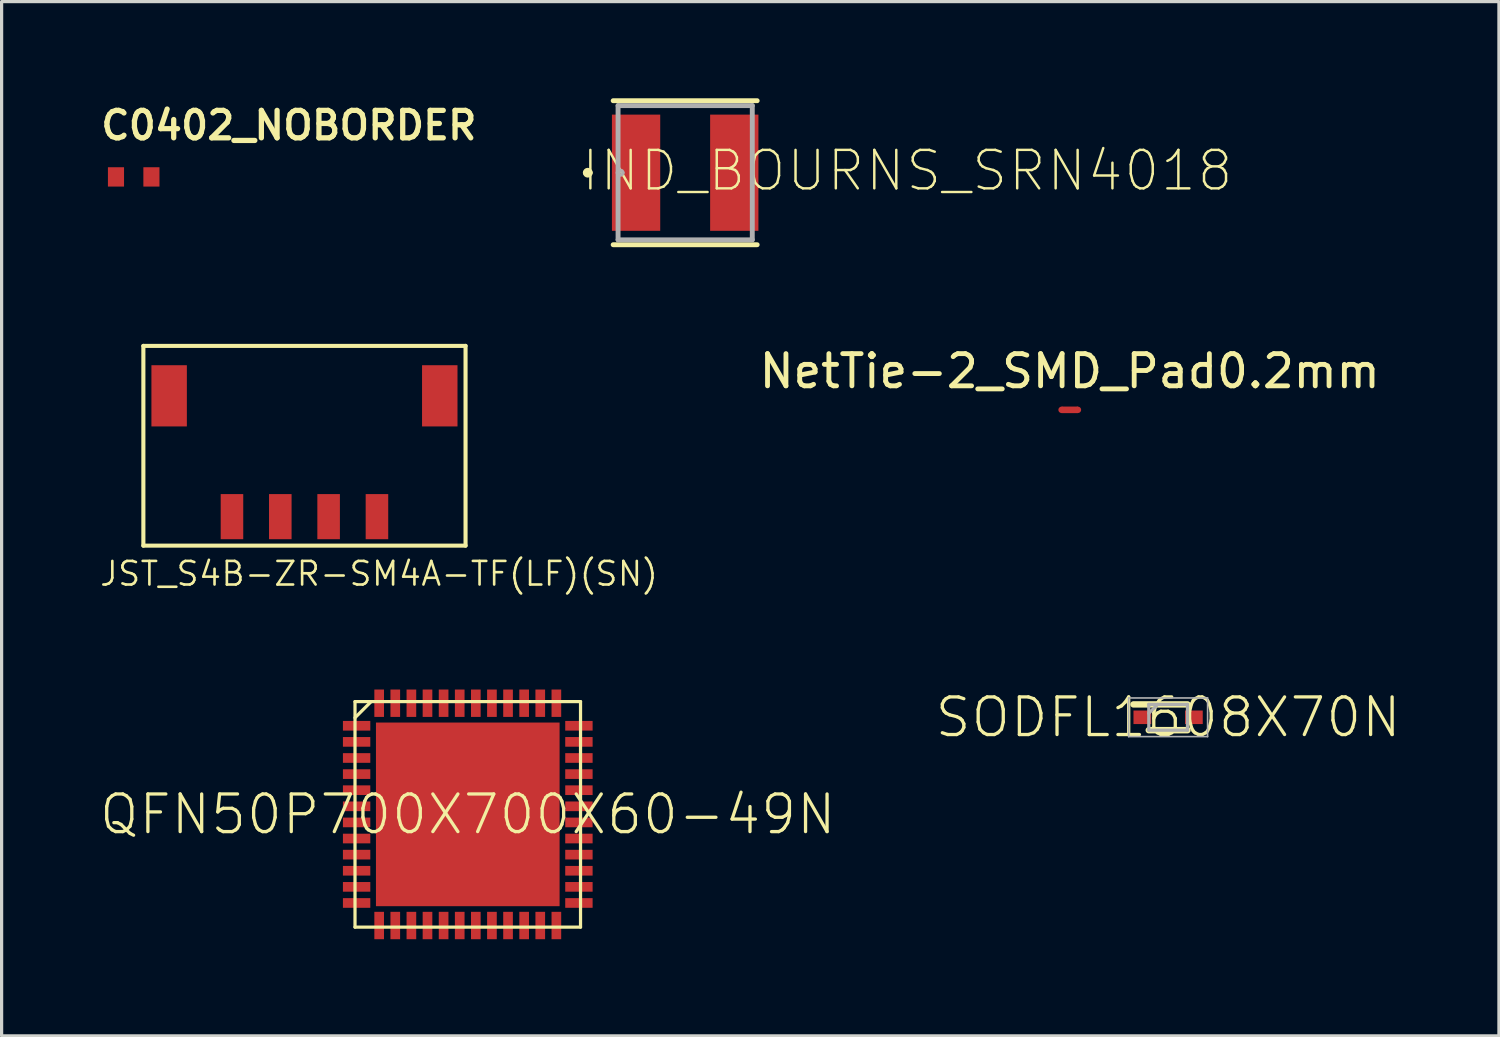
<source format=kicad_pcb>
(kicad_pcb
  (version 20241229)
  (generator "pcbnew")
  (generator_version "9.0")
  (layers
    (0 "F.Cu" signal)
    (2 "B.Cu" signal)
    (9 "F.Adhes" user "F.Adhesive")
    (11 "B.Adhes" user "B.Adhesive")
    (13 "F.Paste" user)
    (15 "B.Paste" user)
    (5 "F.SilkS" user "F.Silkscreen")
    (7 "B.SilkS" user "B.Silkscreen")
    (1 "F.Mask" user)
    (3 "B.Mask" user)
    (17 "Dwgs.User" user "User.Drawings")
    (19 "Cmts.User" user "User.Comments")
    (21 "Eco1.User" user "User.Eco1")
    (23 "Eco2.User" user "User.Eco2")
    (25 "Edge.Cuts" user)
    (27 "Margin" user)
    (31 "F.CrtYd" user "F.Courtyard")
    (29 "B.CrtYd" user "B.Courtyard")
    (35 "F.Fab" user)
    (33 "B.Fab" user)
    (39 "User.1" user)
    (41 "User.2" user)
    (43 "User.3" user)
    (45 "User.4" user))
  (footprint "QFN50P700X700X60-49N"
    (layer "F.Cu")
    (at 11.469 22.227)
    (property "Reference" "QFN50P700X700X60-49N" (at 0 0 0) (layer "F.SilkS") (effects (font (size 1.168 1.168) (thickness 0.102))))
    (fp_line (start -3.5 -3.5) (end 3.5 -3.5) (stroke (width 0.1) (type solid)) (layer "F.SilkS"))
    (fp_line (start -3.5 -3) (end -3 -3.5) (stroke (width 0.1) (type solid)) (layer "F.SilkS"))
    (fp_line (start -3.5 3.5) (end -3.5 -3.5) (stroke (width 0.1) (type solid)) (layer "F.SilkS"))
    (fp_line (start 3.5 -3.5) (end 3.5 3.5) (stroke (width 0.1) (type solid)) (layer "F.SilkS"))
    (fp_line (start 3.5 3.5) (end -3.5 3.5) (stroke (width 0.1) (type solid)) (layer "F.SilkS"))
    (fp_poly (pts (xy -0.436 -0.436) (xy -2.563 -0.436) (xy -2.563 -2.563) (xy -0.436 -2.563)) (stroke (width 0) (type default)) (fill yes) (layer "F.Paste"))
    (fp_poly (pts (xy -0.436 2.563) (xy -2.563 2.563) (xy -2.563 0.436) (xy -0.436 0.436)) (stroke (width 0) (type default)) (fill yes) (layer "F.Paste"))
    (fp_poly (pts (xy 2.563 -0.436) (xy 0.436 -0.436) (xy 0.436 -2.563) (xy 2.563 -2.563)) (stroke (width 0) (type default)) (fill yes) (layer "F.Paste"))
    (fp_poly (pts (xy 2.563 2.563) (xy 0.436 2.563) (xy 0.436 0.436) (xy 2.563 0.436)) (stroke (width 0) (type default)) (fill yes) (layer "F.Paste"))
    (pad "1" smd rect (at -3.45 -2.75) (size 0.85 0.3) (layers "F.Cu" "F.Mask" "F.Paste"))
    (pad "2" smd rect (at -3.45 -2.25) (size 0.85 0.3) (layers "F.Cu" "F.Mask" "F.Paste"))
    (pad "3" smd rect (at -3.45 -1.75) (size 0.85 0.3) (layers "F.Cu" "F.Mask" "F.Paste"))
    (pad "4" smd rect (at -3.45 -1.25) (size 0.85 0.3) (layers "F.Cu" "F.Mask" "F.Paste"))
    (pad "5" smd rect (at -3.45 -0.75) (size 0.85 0.3) (layers "F.Cu" "F.Mask" "F.Paste"))
    (pad "6" smd rect (at -3.45 -0.25) (size 0.85 0.3) (layers "F.Cu" "F.Mask" "F.Paste"))
    (pad "7" smd rect (at -3.45 0.25) (size 0.85 0.3) (layers "F.Cu" "F.Mask" "F.Paste"))
    (pad "8" smd rect (at -3.45 0.75) (size 0.85 0.3) (layers "F.Cu" "F.Mask" "F.Paste"))
    (pad "9" smd rect (at -3.45 1.25) (size 0.85 0.3) (layers "F.Cu" "F.Mask" "F.Paste"))
    (pad "10" smd rect (at -3.45 1.75) (size 0.85 0.3) (layers "F.Cu" "F.Mask" "F.Paste"))
    (pad "11" smd rect (at -3.45 2.25) (size 0.85 0.3) (layers "F.Cu" "F.Mask" "F.Paste"))
    (pad "12" smd rect (at -3.45 2.75) (size 0.85 0.3) (layers "F.Cu" "F.Mask" "F.Paste"))
    (pad "13" smd rect (at -2.75 3.45 90) (size 0.85 0.3) (layers "F.Cu" "F.Mask" "F.Paste"))
    (pad "14" smd rect (at -2.25 3.45 90) (size 0.85 0.3) (layers "F.Cu" "F.Mask" "F.Paste"))
    (pad "15" smd rect (at -1.75 3.45 90) (size 0.85 0.3) (layers "F.Cu" "F.Mask" "F.Paste"))
    (pad "16" smd rect (at -1.25 3.45 90) (size 0.85 0.3) (layers "F.Cu" "F.Mask" "F.Paste"))
    (pad "17" smd rect (at -0.75 3.45 90) (size 0.85 0.3) (layers "F.Cu" "F.Mask" "F.Paste"))
    (pad "18" smd rect (at -0.25 3.45 90) (size 0.85 0.3) (layers "F.Cu" "F.Mask" "F.Paste"))
    (pad "19" smd rect (at 0.25 3.45 90) (size 0.85 0.3) (layers "F.Cu" "F.Mask" "F.Paste"))
    (pad "20" smd rect (at 0.75 3.45 90) (size 0.85 0.3) (layers "F.Cu" "F.Mask" "F.Paste"))
    (pad "21" smd rect (at 1.25 3.45 90) (size 0.85 0.3) (layers "F.Cu" "F.Mask" "F.Paste"))
    (pad "22" smd rect (at 1.75 3.45 90) (size 0.85 0.3) (layers "F.Cu" "F.Mask" "F.Paste"))
    (pad "23" smd rect (at 2.25 3.45 90) (size 0.85 0.3) (layers "F.Cu" "F.Mask" "F.Paste"))
    (pad "24" smd rect (at 2.75 3.45 90) (size 0.85 0.3) (layers "F.Cu" "F.Mask" "F.Paste"))
    (pad "25" smd rect (at 3.45 2.75) (size 0.85 0.3) (layers "F.Cu" "F.Mask" "F.Paste"))
    (pad "26" smd rect (at 3.45 2.25) (size 0.85 0.3) (layers "F.Cu" "F.Mask" "F.Paste"))
    (pad "27" smd rect (at 3.45 1.75) (size 0.85 0.3) (layers "F.Cu" "F.Mask" "F.Paste"))
    (pad "28" smd rect (at 3.45 1.25) (size 0.85 0.3) (layers "F.Cu" "F.Mask" "F.Paste"))
    (pad "29" smd rect (at 3.45 0.75) (size 0.85 0.3) (layers "F.Cu" "F.Mask" "F.Paste"))
    (pad "30" smd rect (at 3.45 0.25) (size 0.85 0.3) (layers "F.Cu" "F.Mask" "F.Paste"))
    (pad "31" smd rect (at 3.45 -0.25) (size 0.85 0.3) (layers "F.Cu" "F.Mask" "F.Paste"))
    (pad "32" smd rect (at 3.45 -0.75) (size 0.85 0.3) (layers "F.Cu" "F.Mask" "F.Paste"))
    (pad "33" smd rect (at 3.45 -1.25) (size 0.85 0.3) (layers "F.Cu" "F.Mask" "F.Paste"))
    (pad "34" smd rect (at 3.45 -1.75) (size 0.85 0.3) (layers "F.Cu" "F.Mask" "F.Paste"))
    (pad "35" smd rect (at 3.45 -2.25) (size 0.85 0.3) (layers "F.Cu" "F.Mask" "F.Paste"))
    (pad "36" smd rect (at 3.45 -2.75) (size 0.85 0.3) (layers "F.Cu" "F.Mask" "F.Paste"))
    (pad "37" smd rect (at 2.75 -3.45 90) (size 0.85 0.3) (layers "F.Cu" "F.Mask" "F.Paste"))
    (pad "38" smd rect (at 2.25 -3.45 90) (size 0.85 0.3) (layers "F.Cu" "F.Mask" "F.Paste"))
    (pad "39" smd rect (at 1.75 -3.45 90) (size 0.85 0.3) (layers "F.Cu" "F.Mask" "F.Paste"))
    (pad "40" smd rect (at 1.25 -3.45 90) (size 0.85 0.3) (layers "F.Cu" "F.Mask" "F.Paste"))
    (pad "41" smd rect (at 0.75 -3.45 90) (size 0.85 0.3) (layers "F.Cu" "F.Mask" "F.Paste"))
    (pad "42" smd rect (at 0.25 -3.45 90) (size 0.85 0.3) (layers "F.Cu" "F.Mask" "F.Paste"))
    (pad "43" smd rect (at -0.25 -3.45 90) (size 0.85 0.3) (layers "F.Cu" "F.Mask" "F.Paste"))
    (pad "44" smd rect (at -0.75 -3.45 90) (size 0.85 0.3) (layers "F.Cu" "F.Mask" "F.Paste"))
    (pad "45" smd rect (at -1.25 -3.45 90) (size 0.85 0.3) (layers "F.Cu" "F.Mask" "F.Paste"))
    (pad "46" smd rect (at -1.75 -3.45 90) (size 0.85 0.3) (layers "F.Cu" "F.Mask" "F.Paste"))
    (pad "47" smd rect (at -2.25 -3.45 90) (size 0.85 0.3) (layers "F.Cu" "F.Mask" "F.Paste"))
    (pad "48" smd rect (at -2.75 -3.45 90) (size 0.85 0.3) (layers "F.Cu" "F.Mask" "F.Paste"))
    (pad "49" smd rect (at 0 0 90) (size 5.7 5.7) (layers "F.Cu" "F.Mask")))
  (footprint "NetTie-2_SMD_Pad0.2mm"
    (layer "F.Cu")
    (at 30.154 9.671)
    (property "Reference" "NetTie-2_SMD_Pad0.2mm" (at 0 -1.2 0) (layer "F.SilkS") (effects (font (size 1 1) (thickness 0.15))))
    (attr exclude_from_pos_files exclude_from_bom allow_missing_courtyard)
    (fp_poly (pts (xy -0.254 -0.102) (xy 0.254 -0.102) (xy 0.254 0.102) (xy -0.254 0.102)) (stroke (width 0) (type solid)) (fill yes) (layer "F.Cu"))
    (pad "1" smd circle (at -0.254 0) (size 0.2 0.2) (layers "F.Cu"))
    (pad "2" smd circle (at 0.254 0) (size 0.2 0.2) (layers "F.Cu")))
  (footprint "C0402_NOBORDER"
    (layer "F.Cu")
    (at 1.1 2.441)
    (property "Reference" "C0402_NOBORDER" (at -1.1 -1.1 0) (layer "F.SilkS") (effects (font (size 0.853 0.853) (thickness 0.163)) (justify left bottom)))
    (pad "P$1" smd rect (at -0.55 0 180) (size 0.5 0.6) (layers "F.Cu" "F.Mask" "F.Paste"))
    (pad "P$2" smd rect (at 0.55 0 180) (size 0.5 0.6) (layers "F.Cu" "F.Mask" "F.Paste")))
  (footprint "SODFL1608X70N"
    (layer "F.Cu")
    (at 33.207 19.214)
    (property "Reference" "SODFL1608X70N" (at 0 0 0) (layer "F.SilkS") (effects (font (size 1.168 1.168) (thickness 0.102))))
    (fp_line (start -1.075 -0.4) (end 0.6 -0.4) (stroke (width 0.2) (type solid)) (layer "F.SilkS"))
    (fp_line (start -0.6 0.4) (end 0.6 0.4) (stroke (width 0.2) (type solid)) (layer "F.SilkS"))
    (fp_line (start -1.225 -0.6) (end 1.225 -0.6) (stroke (width 0.05) (type solid)) (layer "F.Fab"))
    (fp_line (start -1.225 0.6) (end -1.225 -0.6) (stroke (width 0.05) (type solid)) (layer "F.Fab"))
    (fp_line (start -0.6 -0.4) (end 0.6 -0.4) (stroke (width 0.1) (type solid)) (layer "F.Fab"))
    (fp_line (start -0.6 -0.125) (end -0.325 -0.4) (stroke (width 0.1) (type solid)) (layer "F.Fab"))
    (fp_line (start -0.6 0.4) (end -0.6 -0.4) (stroke (width 0.1) (type solid)) (layer "F.Fab"))
    (fp_line (start 0.6 -0.4) (end 0.6 0.4) (stroke (width 0.1) (type solid)) (layer "F.Fab"))
    (fp_line (start 0.6 0.4) (end -0.6 0.4) (stroke (width 0.1) (type solid)) (layer "F.Fab"))
    (fp_line (start 1.225 -0.6) (end 1.225 0.6) (stroke (width 0.05) (type solid)) (layer "F.Fab"))
    (fp_line (start 1.225 0.6) (end -1.225 0.6) (stroke (width 0.05) (type solid)) (layer "F.Fab"))
    (pad "1" smd rect (at -0.8 0) (size 0.55 0.42) (layers "F.Cu" "F.Mask" "F.Paste"))
    (pad "2" smd rect (at 0.8 0) (size 0.55 0.42) (layers "F.Cu" "F.Mask" "F.Paste")))
  (footprint "JST_S4B-ZR-SM4A-TF(LF)(SN)"
    (layer "F.Cu")
    (at 6.4 11.716)
    (property "Reference" "JST_S4B-ZR-SM4A-TF(LF)(SN)" (at -6.4 3.47 0) (layer "F.SilkS") (effects (font (size 0.732 0.732) (thickness 0.081)) (justify left bottom)))
    (fp_line (start -5 -4.03) (end 5 -4.03) (stroke (width 0.127) (type solid)) (layer "F.SilkS"))
    (fp_line (start -5 2.17) (end -5 -4.03) (stroke (width 0.127) (type solid)) (layer "F.SilkS"))
    (fp_line (start 5 -4.03) (end 5 2.17) (stroke (width 0.127) (type solid)) (layer "F.SilkS"))
    (fp_line (start 5 2.17) (end -5 2.17) (stroke (width 0.127) (type solid)) (layer "F.SilkS"))
    (pad "1" smd rect (at 2.25 1.27) (size 0.7 1.4) (layers "F.Cu" "F.Mask" "F.Paste"))
    (pad "2" smd rect (at 0.75 1.27) (size 0.7 1.4) (layers "F.Cu" "F.Mask" "F.Paste"))
    (pad "3" smd rect (at -0.75 1.27) (size 0.7 1.4) (layers "F.Cu" "F.Mask" "F.Paste"))
    (pad "4" smd rect (at -2.25 1.27) (size 0.7 1.4) (layers "F.Cu" "F.Mask" "F.Paste"))
    (pad "P1" smd rect (at 4.2 -2.48) (size 1.1 1.9) (layers "F.Cu" "F.Mask" "F.Paste"))
    (pad "P2" smd rect (at -4.2 -2.48) (size 1.1 1.9) (layers "F.Cu" "F.Mask" "F.Paste")))
  (footprint "IND_BOURNS_SRN4018"
    (layer "F.Cu")
    (at 18.217 2.311)
    (property "Reference" "IND_BOURNS_SRN4018" (at -3.277 0.635 0) (layer "F.SilkS") (effects (font (size 1.194 1.194) (thickness 0.076)) (justify left bottom)))
    (fp_line (start -2.235 2.235) (end 2.235 2.235) (stroke (width 0.152) (type solid)) (layer "F.SilkS"))
    (fp_line (start 2.235 -2.235) (end -2.235 -2.235) (stroke (width 0.152) (type solid)) (layer "F.SilkS"))
    (fp_arc (start -3.0988 0) (mid -3.0226 -0.0762) (end -2.9464 0) (stroke (width 0.1524) (type solid)) (layer "F.SilkS"))
    (fp_arc (start -2.9464 0) (mid -3.0226 0.0762) (end -3.0988 0) (stroke (width 0.1524) (type solid)) (layer "F.SilkS"))
    (fp_line (start -2.083 -2.083) (end -2.083 0) (stroke (width 0.152) (type solid)) (layer "F.Fab"))
    (fp_line (start -2.083 0) (end -2.083 2.083) (stroke (width 0.152) (type solid)) (layer "F.Fab"))
    (fp_line (start -2.083 2.083) (end 2.083 2.083) (stroke (width 0.152) (type solid)) (layer "F.Fab"))
    (fp_line (start 2.083 -2.083) (end -2.083 -2.083) (stroke (width 0.152) (type solid)) (layer "F.Fab"))
    (fp_line (start 2.083 2.083) (end 2.083 -2.083) (stroke (width 0.152) (type solid)) (layer "F.Fab"))
    (fp_arc (start -2.0828 0) (mid -2.0066 -0.0762) (end -1.9304 0) (stroke (width 0.1) (type solid)) (layer "F.Fab"))
    (fp_arc (start -1.9304 0) (mid -2.0066 0.0762) (end -2.0828 0) (stroke (width 0.1) (type solid)) (layer "F.Fab"))
    (pad "1" smd rect (at -1.524 0) (size 1.499 3.607) (layers "F.Cu" "F.Mask" "F.Paste"))
    (pad "2" smd rect (at 1.524 0) (size 1.499 3.607) (layers "F.Cu" "F.Mask" "F.Paste")))
  (gr_rect
    (start -3 -3)
    (end 43.475 29.102)
    (stroke (width 0.1) (type default))
    (fill no)
    (layer "Edge.Cuts")))
</source>
